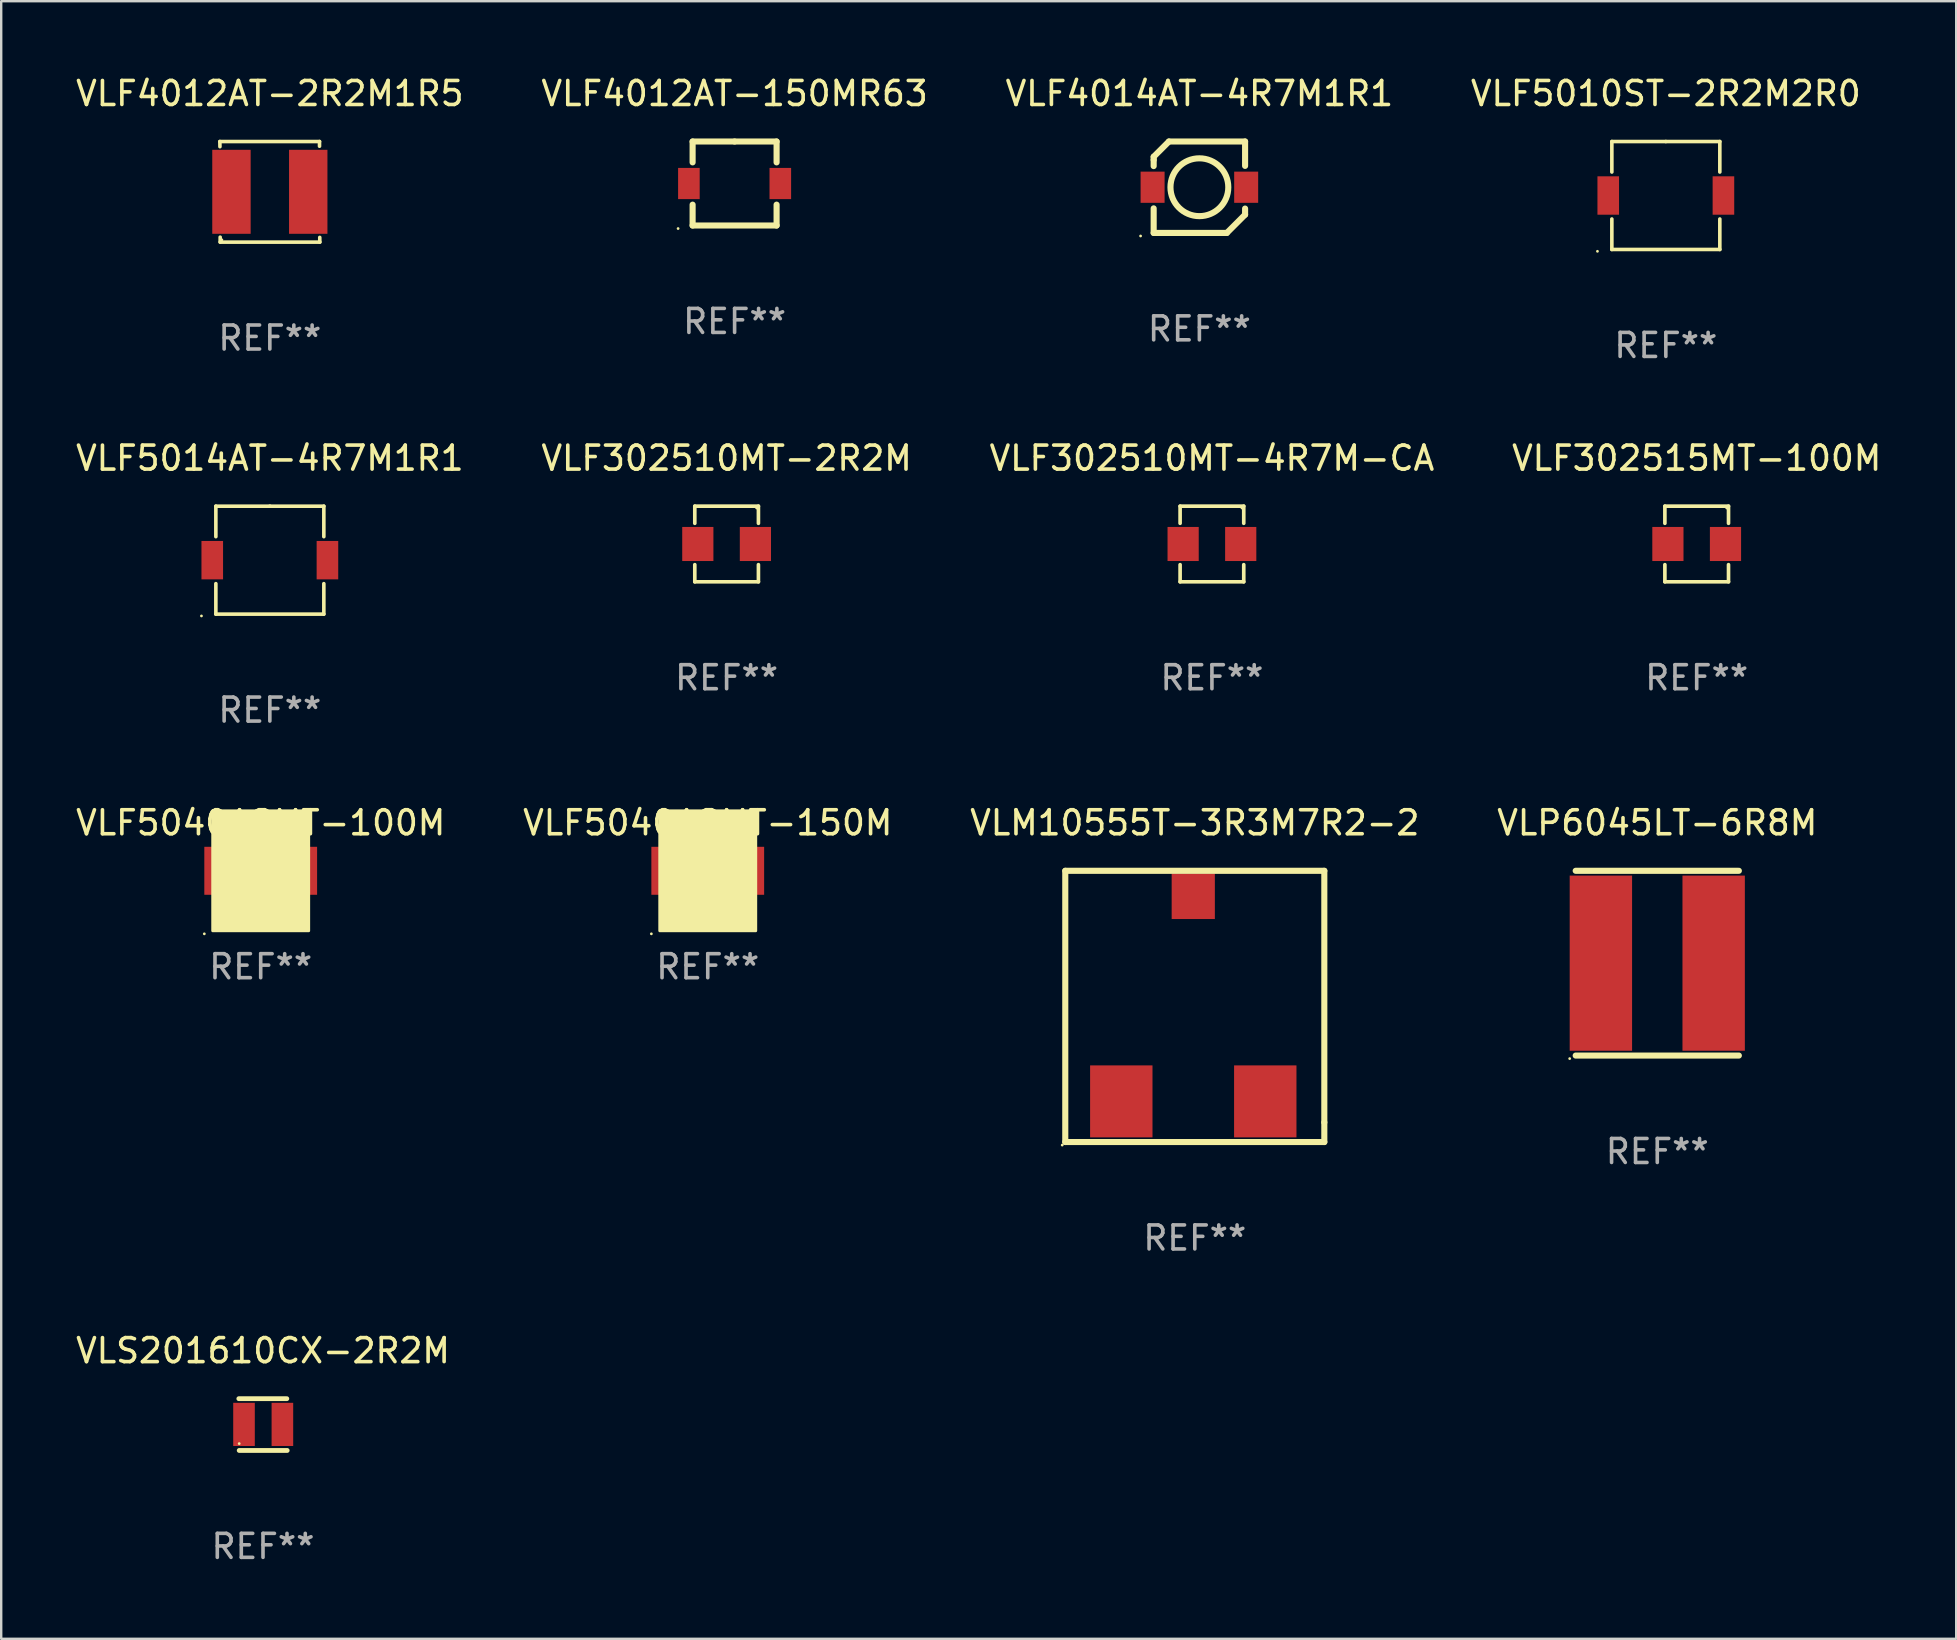
<source format=kicad_pcb>
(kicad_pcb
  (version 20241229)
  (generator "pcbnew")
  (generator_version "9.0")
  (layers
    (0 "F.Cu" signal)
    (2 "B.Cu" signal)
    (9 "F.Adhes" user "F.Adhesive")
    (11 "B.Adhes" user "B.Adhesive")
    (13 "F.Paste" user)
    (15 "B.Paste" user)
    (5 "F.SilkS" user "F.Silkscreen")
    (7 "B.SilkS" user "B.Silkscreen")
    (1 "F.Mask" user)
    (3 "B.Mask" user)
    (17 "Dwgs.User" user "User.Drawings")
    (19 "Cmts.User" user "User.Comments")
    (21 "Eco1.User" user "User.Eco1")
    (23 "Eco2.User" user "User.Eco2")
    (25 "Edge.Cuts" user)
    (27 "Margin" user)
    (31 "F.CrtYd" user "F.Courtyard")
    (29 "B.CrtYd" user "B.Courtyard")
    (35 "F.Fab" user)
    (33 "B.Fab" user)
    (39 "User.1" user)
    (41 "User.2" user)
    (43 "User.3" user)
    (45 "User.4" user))
  (footprint "VLF504012MT-150M"
    (layer "F.Cu")
    (at 26.446 33.241)
    (property "Reference" "VLF504012MT-150M" (at 0 -2 0) (layer "F.SilkS") (effects (font (size 1 1) (thickness 0.15))))
    (attr through_hole)
    (fp_circle (center -2.35 2.627) (end -2.32 2.627) (stroke (width 0.06) (type solid)) (fill no) (layer "F.SilkS"))
    (fp_poly (pts (xy -2 -2.5) (xy 2 -2.5) (xy 2 2.5) (xy -2 2.5)) (stroke (width 0.12) (type solid)) (fill yes) (layer "F.SilkS"))
    (fp_text user "REF**" (at 0 4 0) (layer "F.Fab") (effects (font (size 1 1) (thickness 0.15))))
    (pad "1" smd rect (at -1.6 0 90) (size 2 1.5) (layers "F.Cu" "F.Mask" "F.Paste"))
    (pad "2" smd rect (at 1.6 0 90) (size 2 1.5) (layers "F.Cu" "F.Mask" "F.Paste")))
  (footprint "VLF504012MT-100M"
    (layer "F.Cu")
    (at 7.815 33.241)
    (property "Reference" "VLF504012MT-100M" (at 0 -2 0) (layer "F.SilkS") (effects (font (size 1 1) (thickness 0.15))))
    (attr through_hole)
    (fp_circle (center -2.35 2.627) (end -2.32 2.627) (stroke (width 0.06) (type solid)) (fill no) (layer "F.SilkS"))
    (fp_poly (pts (xy -2 -2.5) (xy 2 -2.5) (xy 2 2.5) (xy -2 2.5)) (stroke (width 0.12) (type solid)) (fill yes) (layer "F.SilkS"))
    (fp_text user "REF**" (at 0 4 0) (layer "F.Fab") (effects (font (size 1 1) (thickness 0.15))))
    (pad "1" smd rect (at -1.6 0 90) (size 2 1.5) (layers "F.Cu" "F.Mask" "F.Paste"))
    (pad "2" smd rect (at 1.6 0 90) (size 2 1.5) (layers "F.Cu" "F.Mask" "F.Paste")))
  (footprint "VLF4012AT-2R2M1R5"
    (layer "F.Cu")
    (at 8.196 4.944)
    (property "Reference" "VLF4012AT-2R2M1R5" (at 0 -4.096 0) (layer "F.SilkS") (effects (font (size 1 1) (thickness 0.15))))
    (attr through_hole)
    (fp_line (start -2.083 -2.096) (end -2.08 -1.88) (stroke (width 0.15) (type solid)) (layer "F.SilkS"))
    (fp_line (start -2.07 1.89) (end -2.07 2.096) (stroke (width 0.15) (type solid)) (layer "F.SilkS"))
    (fp_line (start -2.07 2.096) (end 2.083 2.096) (stroke (width 0.15) (type solid)) (layer "F.SilkS"))
    (fp_line (start 2.07 -1.9) (end 2.07 -2.096) (stroke (width 0.15) (type solid)) (layer "F.SilkS"))
    (fp_line (start 2.07 -2.096) (end -2.083 -2.096) (stroke (width 0.15) (type solid)) (layer "F.SilkS"))
    (fp_line (start 2.083 2.096) (end 2.08 1.9) (stroke (width 0.15) (type solid)) (layer "F.SilkS"))
    (fp_circle (center -2 2) (end -1.97 2) (stroke (width 0.06) (type solid)) (fill no) (layer "F.SilkS"))
    (fp_text user "REF**" (at 0 6.096 0) (layer "F.Fab") (effects (font (size 1 1) (thickness 0.15))))
    (pad "1" smd rect (at -1.6 -0.000343) (size 1.6 3.5) (layers "F.Cu" "F.Mask" "F.Paste"))
    (pad "2" smd rect (at 1.6 -0.000343) (size 1.6 3.5) (layers "F.Cu" "F.Mask" "F.Paste")))
  (footprint "VLF302515MT-100M"
    (layer "F.Cu")
    (at 67.661 19.621)
    (property "Reference" "VLF302515MT-100M" (at 0 -3.576 0) (layer "F.SilkS") (effects (font (size 1 1) (thickness 0.15))))
    (attr through_hole)
    (fp_line (start -1.326 -1.576) (end 1.326 -1.576) (stroke (width 0.152) (type solid)) (layer "F.SilkS"))
    (fp_line (start -1.326 -0.862) (end -1.326 -1.576) (stroke (width 0.152) (type solid)) (layer "F.SilkS"))
    (fp_line (start -1.326 0.862) (end -1.326 1.576) (stroke (width 0.152) (type solid)) (layer "F.SilkS"))
    (fp_line (start -1.326 1.576) (end 1.326 1.576) (stroke (width 0.152) (type solid)) (layer "F.SilkS"))
    (fp_line (start 1.326 -1.576) (end 1.326 -0.862) (stroke (width 0.152) (type solid)) (layer "F.SilkS"))
    (fp_line (start 1.326 1.576) (end 1.326 0.862) (stroke (width 0.152) (type solid)) (layer "F.SilkS"))
    (fp_circle (center 1.25 -1.5) (end 1.28 -1.5) (stroke (width 0.06) (type solid)) (fill no) (layer "F.SilkS"))
    (fp_text user "REF**" (at 0 5.576 0) (layer "F.Fab") (effects (font (size 1 1) (thickness 0.15))))
    (pad "1" smd rect (at 1.2 0) (size 1.3 1.42) (layers "F.Cu" "F.Mask" "F.Paste"))
    (pad "2" smd rect (at -1.2 0) (size 1.3 1.42) (layers "F.Cu" "F.Mask" "F.Paste")))
  (footprint "VLM10555T-3R3M7R2-2"
    (layer "F.Cu")
    (at 46.744 38.893)
    (property "Reference" "VLM10555T-3R3M7R2-2" (at 0 -7.652 0) (layer "F.SilkS") (effects (font (size 1 1) (thickness 0.15))))
    (attr through_hole)
    (fp_line (start -5.398 -5.652) (end -5.398 5.652) (stroke (width 0.254) (type solid)) (layer "F.SilkS"))
    (fp_line (start -5.398 5.652) (end 5.398 5.652) (stroke (width 0.254) (type solid)) (layer "F.SilkS"))
    (fp_line (start 5.398 -5.652) (end -5.398 -5.652) (stroke (width 0.254) (type solid)) (layer "F.SilkS"))
    (fp_line (start 5.398 -5.652) (end 5.398 4.833) (stroke (width 0.254) (type solid)) (layer "F.SilkS"))
    (fp_line (start 5.398 5.652) (end 5.398 4.833) (stroke (width 0.254) (type solid)) (layer "F.SilkS"))
    (fp_circle (center -5.525 5.779) (end -5.495 5.779) (stroke (width 0.06) (type solid)) (fill no) (layer "F.SilkS"))
    (fp_text user "REF**" (at 0 9.652 0) (layer "F.Fab") (effects (font (size 1 1) (thickness 0.15))))
    (pad "1" smd rect (at -3.063 3.958) (size 2.6 3) (layers "F.Cu" "F.Mask" "F.Paste"))
    (pad "2" smd rect (at 2.937 3.958) (size 2.6 3) (layers "F.Cu" "F.Mask" "F.Paste"))
    (pad "3" smd rect (at -0.064 -4.592) (size 1.8 1.9) (layers "F.Cu" "F.Mask" "F.Paste")))
  (footprint "VLF5014AT-4R7M1R1"
    (layer "F.Cu")
    (at 8.196 20.295)
    (property "Reference" "VLF5014AT-4R7M1R1" (at 0 -4.25 0) (layer "F.SilkS") (effects (font (size 1 1) (thickness 0.15))))
    (attr through_hole)
    (fp_line (start -2.25 -2.25) (end 0 -2.25) (stroke (width 0.15) (type solid)) (layer "F.SilkS"))
    (fp_line (start -2.25 -0.979) (end -2.25 -2.25) (stroke (width 0.15) (type solid)) (layer "F.SilkS"))
    (fp_line (start -2.25 2.25) (end -2.25 0.979) (stroke (width 0.15) (type solid)) (layer "F.SilkS"))
    (fp_line (start 0 -2.25) (end 2.25 -2.25) (stroke (width 0.15) (type solid)) (layer "F.SilkS"))
    (fp_line (start 2.25 -2.25) (end 2.25 -0.979) (stroke (width 0.15) (type solid)) (layer "F.SilkS"))
    (fp_line (start 2.25 0.979) (end 2.25 2.25) (stroke (width 0.15) (type solid)) (layer "F.SilkS"))
    (fp_line (start 2.25 2.25) (end -2.25 2.25) (stroke (width 0.15) (type solid)) (layer "F.SilkS"))
    (fp_circle (center -2.85 2.325) (end -2.82 2.325) (stroke (width 0.06) (type solid)) (fill no) (layer "F.SilkS"))
    (fp_text user "REF**" (at 0 6.25 0) (layer "F.Fab") (effects (font (size 1 1) (thickness 0.15))))
    (pad "1" smd rect (at -2.4 0 90) (size 1.6 0.9) (layers "F.Cu" "F.Mask" "F.Paste"))
    (pad "2" smd rect (at 2.4 0 90) (size 1.6 0.9) (layers "F.Cu" "F.Mask" "F.Paste")))
  (footprint "VLF4012AT-150MR63"
    (layer "F.Cu")
    (at 27.565 4.598)
    (property "Reference" "VLF4012AT-150MR63" (at 0 -3.75 0) (layer "F.SilkS") (effects (font (size 1 1) (thickness 0.15))))
    (attr through_hole)
    (fp_line (start -1.75 -1.75) (end 0 -1.75) (stroke (width 0.254) (type solid)) (layer "F.SilkS"))
    (fp_line (start -1.75 -0.881) (end -1.75 -1.75) (stroke (width 0.254) (type solid)) (layer "F.SilkS"))
    (fp_line (start -1.75 1.75) (end -1.75 0.881) (stroke (width 0.254) (type solid)) (layer "F.SilkS"))
    (fp_line (start 0 -1.75) (end 1.75 -1.75) (stroke (width 0.254) (type solid)) (layer "F.SilkS"))
    (fp_line (start 1.75 -1.75) (end 1.75 -0.881) (stroke (width 0.254) (type solid)) (layer "F.SilkS"))
    (fp_line (start 1.75 0.881) (end 1.75 1.75) (stroke (width 0.254) (type solid)) (layer "F.SilkS"))
    (fp_line (start 1.75 1.75) (end -1.75 1.75) (stroke (width 0.254) (type solid)) (layer "F.SilkS"))
    (fp_circle (center -2.355 1.877) (end -2.325 1.877) (stroke (width 0.06) (type solid)) (fill no) (layer "F.SilkS"))
    (fp_text user "REF**" (at 0 5.75 0) (layer "F.Fab") (effects (font (size 1 1) (thickness 0.15))))
    (pad "1" smd rect (at -1.905 0) (size 0.9 1.3) (layers "F.Cu" "F.Mask" "F.Paste"))
    (pad "2" smd rect (at 1.905 0) (size 0.9 1.3) (layers "F.Cu" "F.Mask" "F.Paste")))
  (footprint "VLS201610CX-2R2M"
    (layer "F.Cu")
    (at 7.911 56.32)
    (property "Reference" "VLS201610CX-2R2M" (at 0 -3.079 0) (layer "F.SilkS") (effects (font (size 1 1) (thickness 0.15))))
    (attr through_hole)
    (fp_line (start -1.008 -1.079) (end 0.992 -1.079) (stroke (width 0.2) (type solid)) (layer "F.SilkS"))
    (fp_line (start -0.992 1.079) (end 1.008 1.079) (stroke (width 0.2) (type solid)) (layer "F.SilkS"))
    (fp_circle (center -0.992 0.793) (end -0.962 0.793) (stroke (width 0.06) (type solid)) (fill no) (layer "F.SilkS"))
    (fp_text user "REF**" (at 0 5.079 0) (layer "F.Fab") (effects (font (size 1 1) (thickness 0.15))))
    (pad "1" smd rect (at -0.792 -0.007) (size 0.9 1.8) (layers "F.Cu" "F.Mask" "F.Paste"))
    (pad "2" smd rect (at 0.808 -0.007) (size 0.9 1.8) (layers "F.Cu" "F.Mask" "F.Paste")))
  (footprint "VLF302510MT-4R7M-CA"
    (layer "F.Cu")
    (at 47.458 19.621)
    (property "Reference" "VLF302510MT-4R7M-CA" (at 0 -3.576 0) (layer "F.SilkS") (effects (font (size 1 1) (thickness 0.15))))
    (attr through_hole)
    (fp_line (start -1.326 -1.576) (end 1.326 -1.576) (stroke (width 0.152) (type solid)) (layer "F.SilkS"))
    (fp_line (start -1.326 -0.862) (end -1.326 -1.576) (stroke (width 0.152) (type solid)) (layer "F.SilkS"))
    (fp_line (start -1.326 0.862) (end -1.326 1.576) (stroke (width 0.152) (type solid)) (layer "F.SilkS"))
    (fp_line (start -1.326 1.576) (end 1.326 1.576) (stroke (width 0.152) (type solid)) (layer "F.SilkS"))
    (fp_line (start 1.326 -1.576) (end 1.326 -0.862) (stroke (width 0.152) (type solid)) (layer "F.SilkS"))
    (fp_line (start 1.326 1.576) (end 1.326 0.862) (stroke (width 0.152) (type solid)) (layer "F.SilkS"))
    (fp_circle (center 1.25 -1.5) (end 1.28 -1.5) (stroke (width 0.06) (type solid)) (fill no) (layer "F.SilkS"))
    (fp_text user "REF**" (at 0 5.576 0) (layer "F.Fab") (effects (font (size 1 1) (thickness 0.15))))
    (pad "1" smd rect (at 1.2 0) (size 1.3 1.42) (layers "F.Cu" "F.Mask" "F.Paste"))
    (pad "2" smd rect (at -1.2 0) (size 1.3 1.42) (layers "F.Cu" "F.Mask" "F.Paste")))
  (footprint "VLF302510MT-2R2M"
    (layer "F.Cu")
    (at 27.232 19.621)
    (property "Reference" "VLF302510MT-2R2M" (at 0 -3.576 0) (layer "F.SilkS") (effects (font (size 1 1) (thickness 0.15))))
    (attr through_hole)
    (fp_line (start -1.326 -1.576) (end 1.326 -1.576) (stroke (width 0.152) (type solid)) (layer "F.SilkS"))
    (fp_line (start -1.326 -0.862) (end -1.326 -1.576) (stroke (width 0.152) (type solid)) (layer "F.SilkS"))
    (fp_line (start -1.326 0.862) (end -1.326 1.576) (stroke (width 0.152) (type solid)) (layer "F.SilkS"))
    (fp_line (start -1.326 1.576) (end 1.326 1.576) (stroke (width 0.152) (type solid)) (layer "F.SilkS"))
    (fp_line (start 1.326 -1.576) (end 1.326 -0.862) (stroke (width 0.152) (type solid)) (layer "F.SilkS"))
    (fp_line (start 1.326 1.576) (end 1.326 0.862) (stroke (width 0.152) (type solid)) (layer "F.SilkS"))
    (fp_circle (center 1.25 -1.5) (end 1.28 -1.5) (stroke (width 0.06) (type solid)) (fill no) (layer "F.SilkS"))
    (fp_text user "REF**" (at 0 5.576 0) (layer "F.Fab") (effects (font (size 1 1) (thickness 0.15))))
    (pad "1" smd rect (at 1.2 0) (size 1.3 1.42) (layers "F.Cu" "F.Mask" "F.Paste"))
    (pad "2" smd rect (at -1.2 0) (size 1.3 1.42) (layers "F.Cu" "F.Mask" "F.Paste")))
  (footprint "VLP6045LT-6R8M"
    (layer "F.Cu")
    (at 66.018 37.091)
    (property "Reference" "VLP6045LT-6R8M" (at 0 -5.85 0) (layer "F.SilkS") (effects (font (size 1 1) (thickness 0.15))))
    (attr through_hole)
    (fp_line (start -3.4 -3.85) (end 3.4 -3.85) (stroke (width 0.254) (type solid)) (layer "F.SilkS"))
    (fp_line (start -3.4 3.85) (end 3.4 3.85) (stroke (width 0.254) (type solid)) (layer "F.SilkS"))
    (fp_circle (center -3.65 3.977) (end -3.62 3.977) (stroke (width 0.06) (type solid)) (fill no) (layer "F.SilkS"))
    (fp_text user "REF**" (at 0 7.85 0) (layer "F.Fab") (effects (font (size 1 1) (thickness 0.15))))
    (pad "1" smd rect (at -2.35 0 90) (size 7.3 2.6) (layers "F.Cu" "F.Mask" "F.Paste"))
    (pad "2" smd rect (at 2.35 0 90) (size 7.3 2.6) (layers "F.Cu" "F.Mask" "F.Paste")))
  (footprint "VLF5010ST-2R2M2R0"
    (layer "F.Cu")
    (at 66.375 5.098)
    (property "Reference" "VLF5010ST-2R2M2R0" (at 0 -4.25 0) (layer "F.SilkS") (effects (font (size 1 1) (thickness 0.15))))
    (attr through_hole)
    (fp_line (start -2.25 -2.25) (end 0 -2.25) (stroke (width 0.15) (type solid)) (layer "F.SilkS"))
    (fp_line (start -2.25 -0.979) (end -2.25 -2.25) (stroke (width 0.15) (type solid)) (layer "F.SilkS"))
    (fp_line (start -2.25 2.25) (end -2.25 0.979) (stroke (width 0.15) (type solid)) (layer "F.SilkS"))
    (fp_line (start 0 -2.25) (end 2.25 -2.25) (stroke (width 0.15) (type solid)) (layer "F.SilkS"))
    (fp_line (start 2.25 -2.25) (end 2.25 -0.979) (stroke (width 0.15) (type solid)) (layer "F.SilkS"))
    (fp_line (start 2.25 0.979) (end 2.25 2.25) (stroke (width 0.15) (type solid)) (layer "F.SilkS"))
    (fp_line (start 2.25 2.25) (end -2.25 2.25) (stroke (width 0.15) (type solid)) (layer "F.SilkS"))
    (fp_circle (center -2.85 2.325) (end -2.82 2.325) (stroke (width 0.06) (type solid)) (fill no) (layer "F.SilkS"))
    (fp_text user "REF**" (at 0 6.25 0) (layer "F.Fab") (effects (font (size 1 1) (thickness 0.15))))
    (pad "1" smd rect (at -2.4 0 90) (size 1.6 0.9) (layers "F.Cu" "F.Mask" "F.Paste"))
    (pad "2" smd rect (at 2.4 0 90) (size 1.6 0.9) (layers "F.Cu" "F.Mask" "F.Paste")))
  (footprint "VLF4014AT-4R7M1R1"
    (layer "F.Cu")
    (at 46.935 4.753)
    (property "Reference" "VLF4014AT-4R7M1R1" (at 0 -3.905 0) (layer "F.SilkS") (effects (font (size 1 1) (thickness 0.15))))
    (attr through_hole)
    (fp_line (start -1.905 -1.27) (end -1.27 -1.905) (stroke (width 0.254) (type solid)) (layer "F.SilkS"))
    (fp_line (start -1.905 -1.143) (end -1.905 -1.27) (stroke (width 0.254) (type solid)) (layer "F.SilkS"))
    (fp_line (start -1.905 -0.881) (end -1.905 -1.143) (stroke (width 0.254) (type solid)) (layer "F.SilkS"))
    (fp_line (start -1.905 1.905) (end -1.905 0.881) (stroke (width 0.254) (type solid)) (layer "F.SilkS"))
    (fp_line (start -1.27 -1.905) (end 1.905 -1.905) (stroke (width 0.254) (type solid)) (layer "F.SilkS"))
    (fp_line (start 1.143 1.905) (end -1.905 1.905) (stroke (width 0.254) (type solid)) (layer "F.SilkS"))
    (fp_line (start 1.905 -1.905) (end 1.905 -0.889) (stroke (width 0.254) (type solid)) (layer "F.SilkS"))
    (fp_line (start 1.905 0.889) (end 1.905 1.143) (stroke (width 0.254) (type solid)) (layer "F.SilkS"))
    (fp_line (start 1.905 1.143) (end 1.143 1.905) (stroke (width 0.254) (type solid)) (layer "F.SilkS"))
    (fp_circle (center -2.45 2.032) (end -2.42 2.032) (stroke (width 0.06) (type solid)) (fill no) (layer "F.SilkS"))
    (fp_circle (center 0 0) (end 1.205 0) (stroke (width 0.254) (type solid)) (fill no) (layer "F.SilkS"))
    (fp_text user "REF**" (at 0 5.905 0) (layer "F.Fab") (effects (font (size 1 1) (thickness 0.15))))
    (pad "1" smd rect (at -1.95 0) (size 1 1.3) (layers "F.Cu" "F.Mask" "F.Paste"))
    (pad "2" smd rect (at 1.95 0) (size 1 1.3) (layers "F.Cu" "F.Mask" "F.Paste")))
  (gr_rect
    (start -3 -3)
    (end 78.476 65.247)
    (stroke (width 0.1) (type default))
    (fill no)
    (layer "Edge.Cuts")))
</source>
